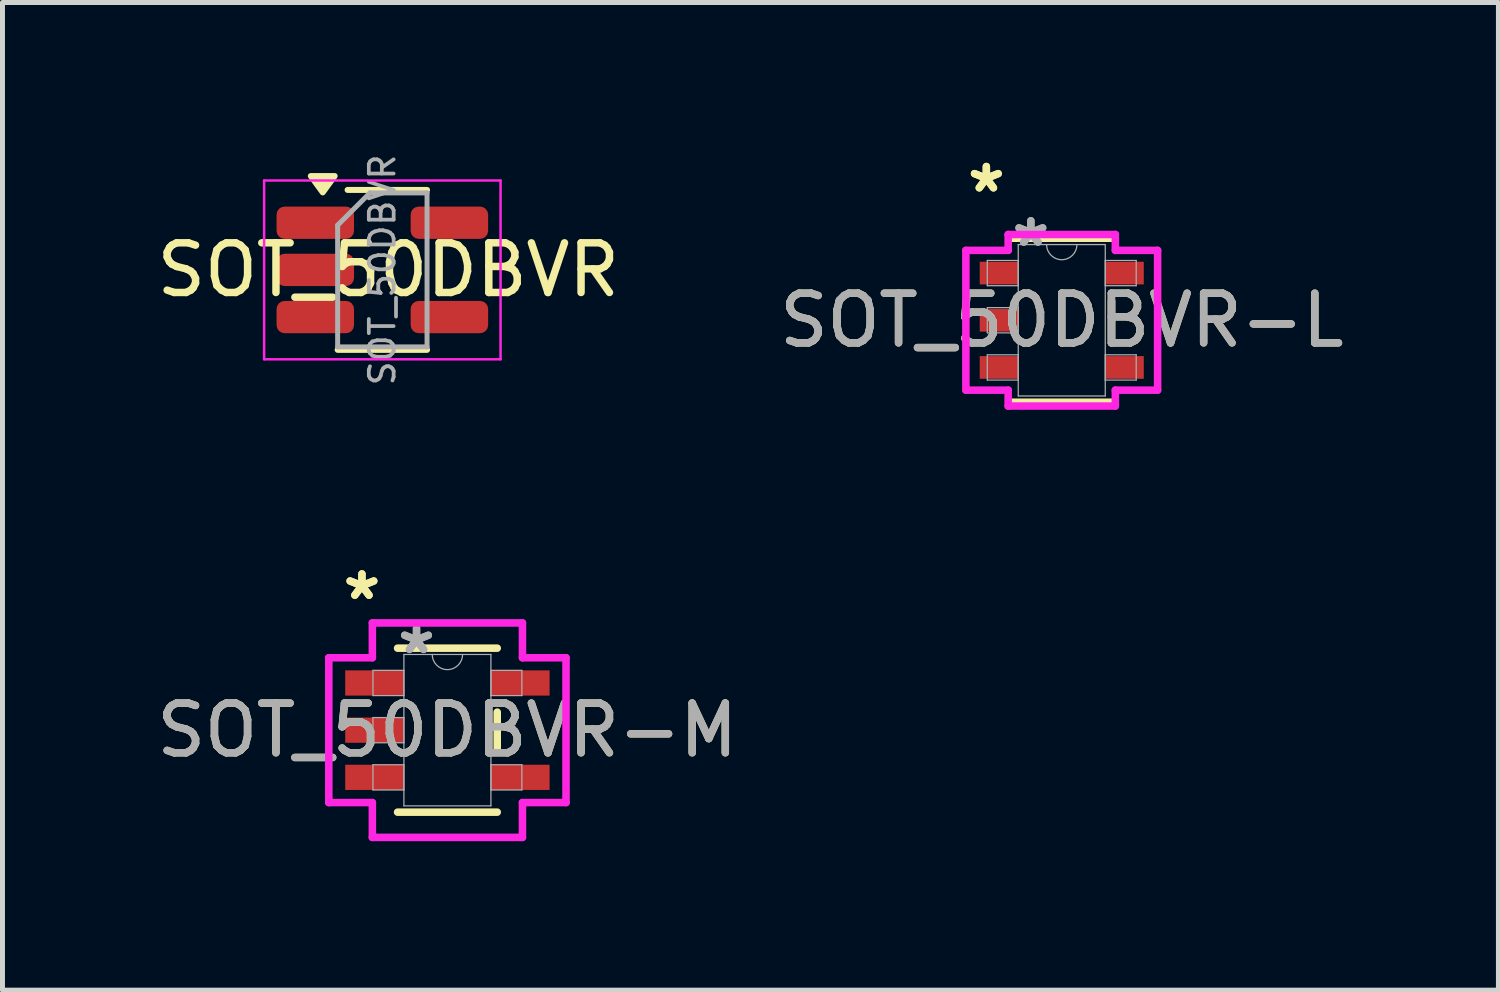
<source format=kicad_pcb>
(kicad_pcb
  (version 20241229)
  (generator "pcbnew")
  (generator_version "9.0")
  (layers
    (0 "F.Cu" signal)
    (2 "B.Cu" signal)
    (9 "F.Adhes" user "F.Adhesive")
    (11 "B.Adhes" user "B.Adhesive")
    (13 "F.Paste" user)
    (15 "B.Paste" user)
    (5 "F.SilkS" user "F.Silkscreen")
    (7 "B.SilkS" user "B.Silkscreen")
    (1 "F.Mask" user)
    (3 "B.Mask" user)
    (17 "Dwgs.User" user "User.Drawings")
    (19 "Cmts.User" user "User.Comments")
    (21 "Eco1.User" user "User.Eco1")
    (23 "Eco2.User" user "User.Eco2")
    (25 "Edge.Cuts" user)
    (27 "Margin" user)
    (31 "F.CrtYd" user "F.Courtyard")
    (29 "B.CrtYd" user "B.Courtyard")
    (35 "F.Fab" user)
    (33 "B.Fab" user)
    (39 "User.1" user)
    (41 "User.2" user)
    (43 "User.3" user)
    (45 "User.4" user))
  (footprint "SOT_50DBVR-M"
    (layer "F.Cu")
    (at 5.958 11.651)
    (property "Reference" "SOT_50DBVR-M" (at 0 0 0) (unlocked yes) (layer "F.SilkS") (effects (font (size 1 1) (thickness 0.15))))
    (attr smd)
    (fp_line (start -1.003 1.651) (end 1.003 1.651) (stroke (width 0.152) (type solid)) (layer "F.SilkS"))
    (fp_line (start 1.003 -1.651) (end -1.003 -1.651) (stroke (width 0.152) (type solid)) (layer "F.SilkS"))
    (fp_line (start 1.003 0.363) (end 1.003 -0.363) (stroke (width 0.152) (type solid)) (layer "F.SilkS"))
    (fp_line (start -2.388 -1.458) (end -1.511 -1.458) (stroke (width 0.152) (type solid)) (layer "F.CrtYd"))
    (fp_line (start -2.388 1.458) (end -2.388 -1.458) (stroke (width 0.152) (type solid)) (layer "F.CrtYd"))
    (fp_line (start -1.511 -2.159) (end 1.511 -2.159) (stroke (width 0.152) (type solid)) (layer "F.CrtYd"))
    (fp_line (start -1.511 -1.458) (end -1.511 -2.159) (stroke (width 0.152) (type solid)) (layer "F.CrtYd"))
    (fp_line (start -1.511 1.458) (end -2.388 1.458) (stroke (width 0.152) (type solid)) (layer "F.CrtYd"))
    (fp_line (start -1.511 2.159) (end -1.511 1.458) (stroke (width 0.152) (type solid)) (layer "F.CrtYd"))
    (fp_line (start 1.511 -2.159) (end 1.511 -1.458) (stroke (width 0.152) (type solid)) (layer "F.CrtYd"))
    (fp_line (start 1.511 -1.458) (end 2.388 -1.458) (stroke (width 0.152) (type solid)) (layer "F.CrtYd"))
    (fp_line (start 1.511 1.458) (end 1.511 2.159) (stroke (width 0.152) (type solid)) (layer "F.CrtYd"))
    (fp_line (start 1.511 2.159) (end -1.511 2.159) (stroke (width 0.152) (type solid)) (layer "F.CrtYd"))
    (fp_line (start 2.388 -1.458) (end 2.388 1.458) (stroke (width 0.152) (type solid)) (layer "F.CrtYd"))
    (fp_line (start 2.388 1.458) (end 1.511 1.458) (stroke (width 0.152) (type solid)) (layer "F.CrtYd"))
    (fp_line (start -1.499 -1.204) (end -1.499 -0.696) (stroke (width 0.025) (type solid)) (layer "F.Fab"))
    (fp_line (start -1.499 -0.696) (end -0.876 -0.696) (stroke (width 0.025) (type solid)) (layer "F.Fab"))
    (fp_line (start -1.499 -0.254) (end -1.499 0.254) (stroke (width 0.025) (type solid)) (layer "F.Fab"))
    (fp_line (start -1.499 0.254) (end -0.876 0.254) (stroke (width 0.025) (type solid)) (layer "F.Fab"))
    (fp_line (start -1.499 0.696) (end -1.499 1.204) (stroke (width 0.025) (type solid)) (layer "F.Fab"))
    (fp_line (start -1.499 1.204) (end -0.876 1.204) (stroke (width 0.025) (type solid)) (layer "F.Fab"))
    (fp_line (start -0.876 -1.524) (end -0.876 1.524) (stroke (width 0.025) (type solid)) (layer "F.Fab"))
    (fp_line (start -0.876 -1.204) (end -1.499 -1.204) (stroke (width 0.025) (type solid)) (layer "F.Fab"))
    (fp_line (start -0.876 -0.696) (end -0.876 -1.204) (stroke (width 0.025) (type solid)) (layer "F.Fab"))
    (fp_line (start -0.876 -0.254) (end -1.499 -0.254) (stroke (width 0.025) (type solid)) (layer "F.Fab"))
    (fp_line (start -0.876 0.254) (end -0.876 -0.254) (stroke (width 0.025) (type solid)) (layer "F.Fab"))
    (fp_line (start -0.876 0.696) (end -1.499 0.696) (stroke (width 0.025) (type solid)) (layer "F.Fab"))
    (fp_line (start -0.876 1.204) (end -0.876 0.696) (stroke (width 0.025) (type solid)) (layer "F.Fab"))
    (fp_line (start -0.876 1.524) (end 0.876 1.524) (stroke (width 0.025) (type solid)) (layer "F.Fab"))
    (fp_line (start 0.876 -1.524) (end -0.876 -1.524) (stroke (width 0.025) (type solid)) (layer "F.Fab"))
    (fp_line (start 0.876 -1.204) (end 0.876 -0.696) (stroke (width 0.025) (type solid)) (layer "F.Fab"))
    (fp_line (start 0.876 -0.696) (end 1.499 -0.696) (stroke (width 0.025) (type solid)) (layer "F.Fab"))
    (fp_line (start 0.876 0.696) (end 0.876 1.204) (stroke (width 0.025) (type solid)) (layer "F.Fab"))
    (fp_line (start 0.876 1.204) (end 1.499 1.204) (stroke (width 0.025) (type solid)) (layer "F.Fab"))
    (fp_line (start 0.876 1.524) (end 0.876 -1.524) (stroke (width 0.025) (type solid)) (layer "F.Fab"))
    (fp_line (start 1.499 -1.204) (end 0.876 -1.204) (stroke (width 0.025) (type solid)) (layer "F.Fab"))
    (fp_line (start 1.499 -0.696) (end 1.499 -1.204) (stroke (width 0.025) (type solid)) (layer "F.Fab"))
    (fp_line (start 1.499 0.696) (end 0.876 0.696) (stroke (width 0.025) (type solid)) (layer "F.Fab"))
    (fp_line (start 1.499 1.204) (end 1.499 0.696) (stroke (width 0.025) (type solid)) (layer "F.Fab"))
    (fp_arc (start 0.3048 -1.524) (mid 0 -1.2192) (end -0.3048 -1.524) (stroke (width 0.0254) (type solid)) (layer "F.Fab"))
    (fp_text user "*" (at -1.721 -2.601 0) (layer "F.SilkS") (effects (font (size 1 1) (thickness 0.15))))
    (fp_text user "*" (at -1.721 -2.601 0) (unlocked yes) (layer "F.SilkS") (effects (font (size 1 1) (thickness 0.15))))
    (fp_text user "*" (at -0.622 -1.509 0) (unlocked yes) (layer "F.Fab") (effects (font (size 1 1) (thickness 0.15))))
    (fp_text user "*" (at -0.622 -1.509 0) (layer "F.Fab") (effects (font (size 1 1) (thickness 0.15))))
    (fp_text user "${REFERENCE}" (at 0 0 0) (unlocked yes) (layer "F.Fab") (effects (font (size 1 1) (thickness 0.15))))
    (pad "1" smd rect (at -1.467 -0.95) (size 1.181 0.508) (layers "F.Cu" "F.Mask" "F.Paste"))
    (pad "2" smd rect (at -1.467 0) (size 1.181 0.508) (layers "F.Cu" "F.Mask" "F.Paste"))
    (pad "3" smd rect (at -1.467 0.95) (size 1.181 0.508) (layers "F.Cu" "F.Mask" "F.Paste"))
    (pad "4" smd rect (at 1.467 0.95) (size 1.181 0.508) (layers "F.Cu" "F.Mask" "F.Paste"))
    (pad "5" smd rect (at 1.467 -0.95) (size 1.181 0.508) (layers "F.Cu" "F.Mask" "F.Paste")))
  (footprint "SOT_50DBVR-L"
    (layer "F.Cu")
    (at 18.327 3.398)
    (property "Reference" "SOT_50DBVR-L" (at 0 0 0) (unlocked yes) (layer "F.SilkS") (effects (font (size 1 1) (thickness 0.15))))
    (attr smd)
    (fp_line (start -1.003 1.651) (end 1.003 1.651) (stroke (width 0.152) (type solid)) (layer "F.SilkS"))
    (fp_line (start 1.003 -1.651) (end -1.003 -1.651) (stroke (width 0.152) (type solid)) (layer "F.SilkS"))
    (fp_line (start 1.003 0.389) (end 1.003 -0.389) (stroke (width 0.152) (type solid)) (layer "F.SilkS"))
    (fp_line (start -1.93 -1.407) (end -1.079 -1.407) (stroke (width 0.152) (type solid)) (layer "F.CrtYd"))
    (fp_line (start -1.93 1.407) (end -1.93 -1.407) (stroke (width 0.152) (type solid)) (layer "F.CrtYd"))
    (fp_line (start -1.079 -1.727) (end 1.079 -1.727) (stroke (width 0.152) (type solid)) (layer "F.CrtYd"))
    (fp_line (start -1.079 -1.407) (end -1.079 -1.727) (stroke (width 0.152) (type solid)) (layer "F.CrtYd"))
    (fp_line (start -1.079 1.407) (end -1.93 1.407) (stroke (width 0.152) (type solid)) (layer "F.CrtYd"))
    (fp_line (start -1.079 1.727) (end -1.079 1.407) (stroke (width 0.152) (type solid)) (layer "F.CrtYd"))
    (fp_line (start 1.079 -1.727) (end 1.079 -1.407) (stroke (width 0.152) (type solid)) (layer "F.CrtYd"))
    (fp_line (start 1.079 -1.407) (end 1.93 -1.407) (stroke (width 0.152) (type solid)) (layer "F.CrtYd"))
    (fp_line (start 1.079 1.407) (end 1.079 1.727) (stroke (width 0.152) (type solid)) (layer "F.CrtYd"))
    (fp_line (start 1.079 1.727) (end -1.079 1.727) (stroke (width 0.152) (type solid)) (layer "F.CrtYd"))
    (fp_line (start 1.93 -1.407) (end 1.93 1.407) (stroke (width 0.152) (type solid)) (layer "F.CrtYd"))
    (fp_line (start 1.93 1.407) (end 1.079 1.407) (stroke (width 0.152) (type solid)) (layer "F.CrtYd"))
    (fp_line (start -1.499 -1.204) (end -1.499 -0.696) (stroke (width 0.025) (type solid)) (layer "F.Fab"))
    (fp_line (start -1.499 -0.696) (end -0.876 -0.696) (stroke (width 0.025) (type solid)) (layer "F.Fab"))
    (fp_line (start -1.499 -0.254) (end -1.499 0.254) (stroke (width 0.025) (type solid)) (layer "F.Fab"))
    (fp_line (start -1.499 0.254) (end -0.876 0.254) (stroke (width 0.025) (type solid)) (layer "F.Fab"))
    (fp_line (start -1.499 0.696) (end -1.499 1.204) (stroke (width 0.025) (type solid)) (layer "F.Fab"))
    (fp_line (start -1.499 1.204) (end -0.876 1.204) (stroke (width 0.025) (type solid)) (layer "F.Fab"))
    (fp_line (start -0.876 -1.524) (end -0.876 1.524) (stroke (width 0.025) (type solid)) (layer "F.Fab"))
    (fp_line (start -0.876 -1.204) (end -1.499 -1.204) (stroke (width 0.025) (type solid)) (layer "F.Fab"))
    (fp_line (start -0.876 -0.696) (end -0.876 -1.204) (stroke (width 0.025) (type solid)) (layer "F.Fab"))
    (fp_line (start -0.876 -0.254) (end -1.499 -0.254) (stroke (width 0.025) (type solid)) (layer "F.Fab"))
    (fp_line (start -0.876 0.254) (end -0.876 -0.254) (stroke (width 0.025) (type solid)) (layer "F.Fab"))
    (fp_line (start -0.876 0.696) (end -1.499 0.696) (stroke (width 0.025) (type solid)) (layer "F.Fab"))
    (fp_line (start -0.876 1.204) (end -0.876 0.696) (stroke (width 0.025) (type solid)) (layer "F.Fab"))
    (fp_line (start -0.876 1.524) (end 0.876 1.524) (stroke (width 0.025) (type solid)) (layer "F.Fab"))
    (fp_line (start 0.876 -1.524) (end -0.876 -1.524) (stroke (width 0.025) (type solid)) (layer "F.Fab"))
    (fp_line (start 0.876 -1.204) (end 0.876 -0.696) (stroke (width 0.025) (type solid)) (layer "F.Fab"))
    (fp_line (start 0.876 -0.696) (end 1.499 -0.696) (stroke (width 0.025) (type solid)) (layer "F.Fab"))
    (fp_line (start 0.876 0.696) (end 0.876 1.204) (stroke (width 0.025) (type solid)) (layer "F.Fab"))
    (fp_line (start 0.876 1.204) (end 1.499 1.204) (stroke (width 0.025) (type solid)) (layer "F.Fab"))
    (fp_line (start 0.876 1.524) (end 0.876 -1.524) (stroke (width 0.025) (type solid)) (layer "F.Fab"))
    (fp_line (start 1.499 -1.204) (end 0.876 -1.204) (stroke (width 0.025) (type solid)) (layer "F.Fab"))
    (fp_line (start 1.499 -0.696) (end 1.499 -1.204) (stroke (width 0.025) (type solid)) (layer "F.Fab"))
    (fp_line (start 1.499 0.696) (end 0.876 0.696) (stroke (width 0.025) (type solid)) (layer "F.Fab"))
    (fp_line (start 1.499 1.204) (end 1.499 0.696) (stroke (width 0.025) (type solid)) (layer "F.Fab"))
    (fp_arc (start 0.3048 -1.524) (mid 0 -1.2192) (end -0.3048 -1.524) (stroke (width 0.0254) (type solid)) (layer "F.Fab"))
    (fp_text user "*" (at -1.518 -2.55 0) (layer "F.SilkS") (effects (font (size 1 1) (thickness 0.15))))
    (fp_text user "*" (at -1.518 -2.55 0) (unlocked yes) (layer "F.SilkS") (effects (font (size 1 1) (thickness 0.15))))
    (fp_text user "*" (at -0.622 -1.458 0) (layer "F.Fab") (effects (font (size 1 1) (thickness 0.15))))
    (fp_text user "*" (at -0.622 -1.458 0) (unlocked yes) (layer "F.Fab") (effects (font (size 1 1) (thickness 0.15))))
    (fp_text user "${REFERENCE}" (at 0 0 0) (unlocked yes) (layer "F.Fab") (effects (font (size 1 1) (thickness 0.15))))
    (pad "1" smd rect (at -1.264 -0.95) (size 0.775 0.457) (layers "F.Cu" "F.Mask" "F.Paste"))
    (pad "2" smd rect (at -1.264 0) (size 0.775 0.457) (layers "F.Cu" "F.Mask" "F.Paste"))
    (pad "3" smd rect (at -1.264 0.95) (size 0.775 0.457) (layers "F.Cu" "F.Mask" "F.Paste"))
    (pad "4" smd rect (at 1.264 0.95) (size 0.775 0.457) (layers "F.Cu" "F.Mask" "F.Paste"))
    (pad "5" smd rect (at 1.264 -0.95) (size 0.775 0.457) (layers "F.Cu" "F.Mask" "F.Paste")))
  (footprint "SOT_50DBVR"
    (layer "F.Cu")
    (at 4.768 2.384)
    (property "Reference" "SOT_50DBVR" (at 0 0 0) (unlocked yes) (layer "F.SilkS") (effects (font (size 1 1) (thickness 0.15))))
    (attr smd)
    (fp_line (start -1.02 1.61) (end 0.78 1.61) (stroke (width 0.12) (type solid)) (layer "F.SilkS"))
    (fp_line (start -0.02 -1.61) (end -0.82 -1.61) (stroke (width 0.12) (type solid)) (layer "F.SilkS"))
    (fp_line (start -0.02 -1.61) (end 0.78 -1.61) (stroke (width 0.12) (type solid)) (layer "F.SilkS"))
    (fp_poly (pts (xy -1.32 -1.56) (xy -1.56 -1.89) (xy -1.08 -1.89) (xy -1.32 -1.56)) (stroke (width 0.12) (type solid)) (fill yes) (layer "F.SilkS"))
    (fp_line (start -2.5 -1.8) (end -2.5 1.8) (stroke (width 0.05) (type solid)) (layer "F.CrtYd"))
    (fp_line (start -2.5 -1.8) (end 2.26 -1.8) (stroke (width 0.05) (type solid)) (layer "F.CrtYd"))
    (fp_line (start 2.26 1.8) (end -2.5 1.8) (stroke (width 0.05) (type solid)) (layer "F.CrtYd"))
    (fp_line (start 2.26 1.8) (end 2.26 -1.8) (stroke (width 0.05) (type solid)) (layer "F.CrtYd"))
    (fp_line (start -1.02 -0.9) (end -1.02 1.55) (stroke (width 0.1) (type solid)) (layer "F.Fab"))
    (fp_line (start -1.02 -0.9) (end -0.37 -1.55) (stroke (width 0.1) (type solid)) (layer "F.Fab"))
    (fp_line (start 0.78 -1.55) (end -0.37 -1.55) (stroke (width 0.1) (type solid)) (layer "F.Fab"))
    (fp_line (start 0.78 -1.55) (end 0.78 1.55) (stroke (width 0.1) (type solid)) (layer "F.Fab"))
    (fp_line (start 0.78 1.55) (end -1.02 1.55) (stroke (width 0.1) (type solid)) (layer "F.Fab"))
    (fp_text user "${REFERENCE}" (at -0.12 0 90) (layer "F.Fab") (effects (font (size 0.5 0.5) (thickness 0.075))))
    (pad "1" smd roundrect (at -1.47 -0.95) (size 1.56 0.65) (layers "F.Cu" "F.Mask" "F.Paste") (roundrect_rratio 0.25))
    (pad "2" smd roundrect (at -1.47 0) (size 1.56 0.65) (layers "F.Cu" "F.Mask" "F.Paste") (roundrect_rratio 0.25))
    (pad "3" smd roundrect (at -1.47 0.95) (size 1.56 0.65) (layers "F.Cu" "F.Mask" "F.Paste") (roundrect_rratio 0.25))
    (pad "4" smd roundrect (at 1.23 0.95) (size 1.56 0.65) (layers "F.Cu" "F.Mask" "F.Paste") (roundrect_rratio 0.25))
    (pad "5" smd roundrect (at 1.23 -0.95) (size 1.56 0.65) (layers "F.Cu" "F.Mask" "F.Paste") (roundrect_rratio 0.25)))
  (gr_rect
    (start -3 -3)
    (end 27.119 16.886)
    (stroke (width 0.1) (type default))
    (fill no)
    (layer "Edge.Cuts")))
</source>
